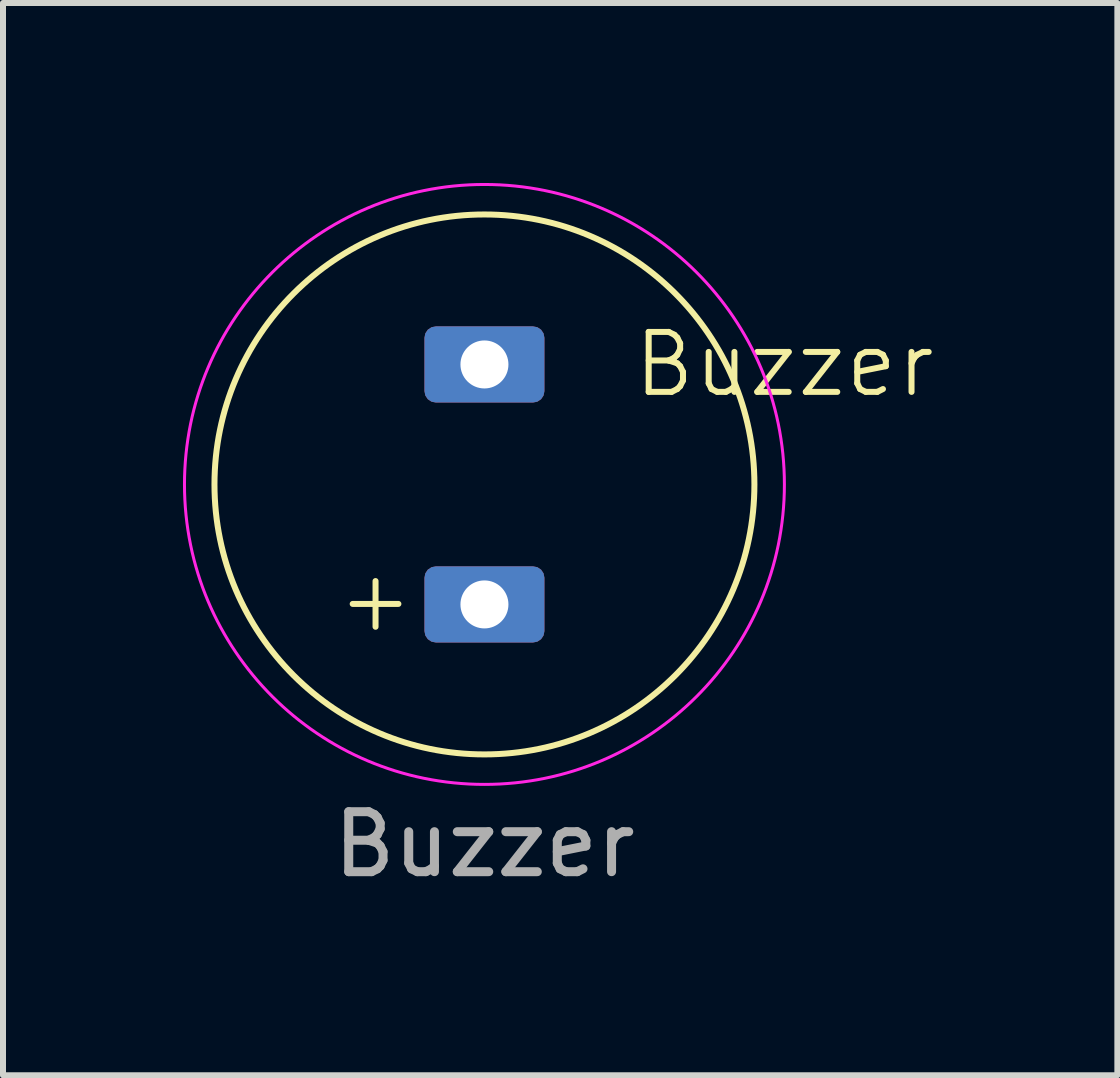
<source format=kicad_pcb>
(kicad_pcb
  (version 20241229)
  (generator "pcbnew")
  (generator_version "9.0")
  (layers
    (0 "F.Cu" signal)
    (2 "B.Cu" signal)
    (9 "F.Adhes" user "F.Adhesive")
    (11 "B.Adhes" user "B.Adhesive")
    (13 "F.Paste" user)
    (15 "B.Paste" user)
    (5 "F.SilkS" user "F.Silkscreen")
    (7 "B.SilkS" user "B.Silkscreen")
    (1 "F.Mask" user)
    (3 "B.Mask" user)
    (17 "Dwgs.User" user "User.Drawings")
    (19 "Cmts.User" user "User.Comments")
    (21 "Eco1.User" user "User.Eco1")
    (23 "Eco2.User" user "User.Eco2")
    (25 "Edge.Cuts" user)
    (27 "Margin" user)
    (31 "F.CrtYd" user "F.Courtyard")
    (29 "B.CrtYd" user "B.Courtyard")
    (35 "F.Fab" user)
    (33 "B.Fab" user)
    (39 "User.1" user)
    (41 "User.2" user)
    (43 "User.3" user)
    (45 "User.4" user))
  (footprint "Buzzer"
    (layer "F.Cu")
    (at 5.025 5.025)
    (property "Reference" "Buzzer" (at 5 -2 0) (unlocked yes) (layer "F.SilkS") (effects (font (size 1 1) (thickness 0.1))))
    (attr board_only exclude_from_pos_files exclude_from_bom)
    (fp_circle (center 0 0) (end 0 -4.5) (stroke (width 0.1) (type default)) (fill no) (layer "F.SilkS"))
    (fp_circle (center 0 0) (end 0 -5) (stroke (width 0.05) (type default)) (fill no) (layer "F.CrtYd"))
    (fp_text user "+" (at -2.5 2.5 0) (unlocked yes) (layer "F.SilkS") (effects (font (size 1 1) (thickness 0.1)) (justify left bottom)))
    (fp_text user "-" (at -2.5 -1.5 0) (unlocked yes) (layer "F.Paste") (effects (font (size 1 1) (thickness 0.1)) (justify left bottom)))
    (fp_text user "${REFERENCE}" (at 0 6 0) (unlocked yes) (layer "F.Fab") (effects (font (size 1 1) (thickness 0.15))))
    (pad "1" thru_hole roundrect (at 0 2) (size 2 1.27) (drill 0.8) (layers "*.Cu" "*.Mask") (roundrect_rratio 0.15))
    (pad "2" thru_hole roundrect (at 0 -2) (size 2 1.27) (drill 0.8) (layers "*.Cu" "*.Mask") (roundrect_rratio 0.15)))
  (gr_rect
    (start -3 -3)
    (end 15.575 14.873)
    (stroke (width 0.1) (type default))
    (fill no)
    (layer "Edge.Cuts")))
</source>
